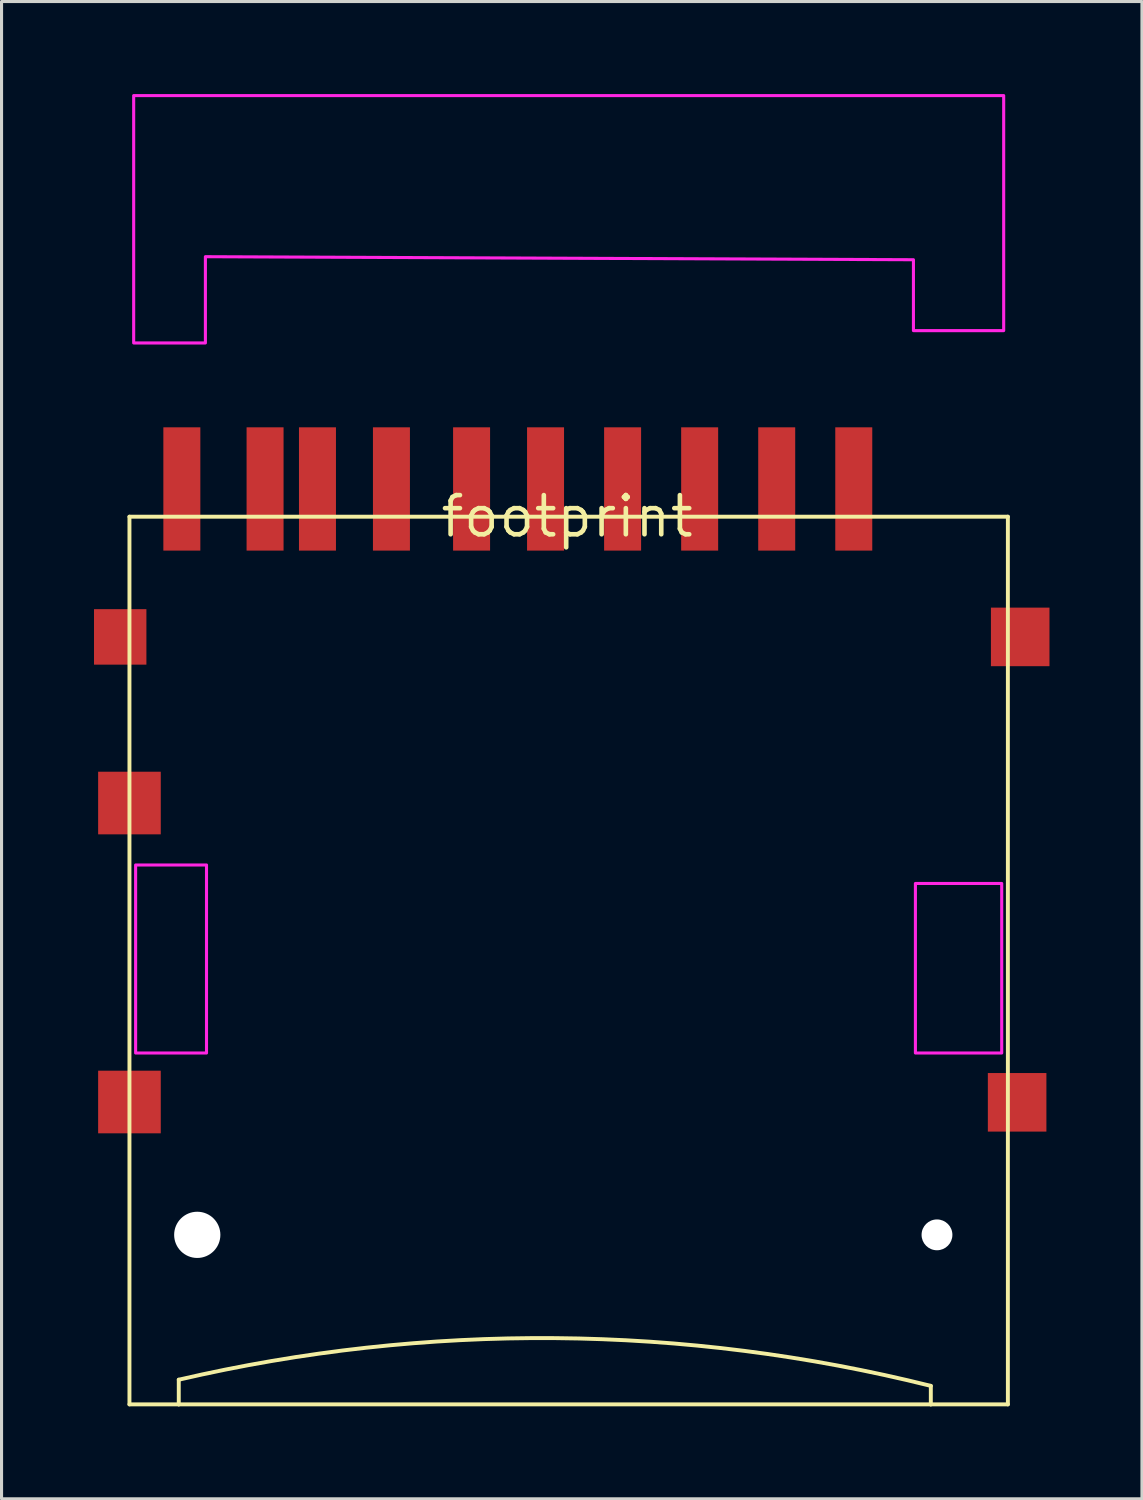
<source format=kicad_pcb>
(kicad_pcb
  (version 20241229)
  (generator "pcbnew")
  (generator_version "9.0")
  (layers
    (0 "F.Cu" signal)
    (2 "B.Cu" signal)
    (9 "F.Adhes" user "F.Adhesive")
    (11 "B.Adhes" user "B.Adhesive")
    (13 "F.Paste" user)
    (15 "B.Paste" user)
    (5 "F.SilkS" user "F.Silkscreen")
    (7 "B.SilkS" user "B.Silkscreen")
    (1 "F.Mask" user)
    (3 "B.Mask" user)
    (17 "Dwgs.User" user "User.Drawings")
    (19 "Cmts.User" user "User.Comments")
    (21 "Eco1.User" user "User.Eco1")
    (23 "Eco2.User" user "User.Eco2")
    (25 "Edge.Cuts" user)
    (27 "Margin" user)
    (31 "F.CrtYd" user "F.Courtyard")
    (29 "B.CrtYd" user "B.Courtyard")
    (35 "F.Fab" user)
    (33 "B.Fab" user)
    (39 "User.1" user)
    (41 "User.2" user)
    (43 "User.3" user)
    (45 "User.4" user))
  (footprint "footprint"
    (layer "F.Cu")
    (at 15.35 13.704)
    (property "Reference" "footprint" (at 0 0 0) (layer "F.SilkS") (effects (font (size 1.27 1.27) (thickness 0.15))))
    (fp_line (start -14.2 0.01) (end 14.3 0.01) (stroke (width 0.127) (type solid)) (layer "F.SilkS"))
    (fp_line (start -14.2 28.81) (end -14.2 0.01) (stroke (width 0.127) (type solid)) (layer "F.SilkS"))
    (fp_line (start -12.6 28.01) (end -12.6 28.81) (stroke (width 0.127) (type solid)) (layer "F.SilkS"))
    (fp_line (start -12.6 28.81) (end -14.2 28.81) (stroke (width 0.127) (type solid)) (layer "F.SilkS"))
    (fp_line (start 11.8 28.21) (end 11.8 28.81) (stroke (width 0.127) (type solid)) (layer "F.SilkS"))
    (fp_line (start 11.8 28.81) (end -12.6 28.81) (stroke (width 0.127) (type solid)) (layer "F.SilkS"))
    (fp_line (start 14.3 0.01) (end 14.3 28.81) (stroke (width 0.127) (type solid)) (layer "F.SilkS"))
    (fp_line (start 14.3 28.81) (end 11.8 28.81) (stroke (width 0.127) (type solid)) (layer "F.SilkS"))
    (fp_arc (start -12.6 28.01) (mid -0.388122 26.660859) (end 11.8 28.209999) (stroke (width 0.127) (type solid)) (layer "F.SilkS"))
    (fp_poly (pts (xy -14 17.41) (xy -11.7 17.41) (xy -11.7 11.31) (xy -14 11.31)) (stroke (width 0.1) (type solid)) (fill no) (layer "F.CrtYd"))
    (fp_poly (pts (xy 11.3 17.41) (xy 14.1 17.41) (xy 14.1 11.91) (xy 11.3 11.91)) (stroke (width 0.1) (type solid)) (fill no) (layer "F.CrtYd"))
    (fp_poly (pts (xy 14.164 -6.027) (xy 11.236 -6.027) (xy 11.236 -8.327) (xy -11.736 -8.426) (xy -11.736 -5.627) (xy -14.063 -5.627) (xy -14.063 -13.653) (xy 14.164 -13.653)) (stroke (width 0.1) (type solid)) (fill no) (layer "F.CrtYd"))
    (pad "" np_thru_hole circle (at -12 23.31) (size 1.5 1.5) (drill 1.5) (layers "*.Cu" "*.Mask"))
    (pad "" np_thru_hole circle (at 12 23.31) (size 1 1) (drill 1) (layers "*.Cu" "*.Mask"))
    (pad "1" smd rect (at 6.8 -0.89 90) (size 4 1.2) (layers "F.Cu" "F.Mask" "F.Paste"))
    (pad "2" smd rect (at 4.3 -0.89 90) (size 4 1.2) (layers "F.Cu" "F.Mask" "F.Paste"))
    (pad "3" smd rect (at 1.8 -0.89 90) (size 4 1.2) (layers "F.Cu" "F.Mask" "F.Paste"))
    (pad "4" smd rect (at -0.7 -0.89 90) (size 4 1.2) (layers "F.Cu" "F.Mask" "F.Paste"))
    (pad "5" smd rect (at -3.1 -0.89 90) (size 4 1.2) (layers "F.Cu" "F.Mask" "F.Paste"))
    (pad "6" smd rect (at -5.7 -0.89 90) (size 4 1.2) (layers "F.Cu" "F.Mask" "F.Paste"))
    (pad "7" smd rect (at -8.1 -0.89 90) (size 4 1.2) (layers "F.Cu" "F.Mask" "F.Paste"))
    (pad "8" smd rect (at -9.8 -0.89 90) (size 4 1.2) (layers "F.Cu" "F.Mask" "F.Paste"))
    (pad "9" smd rect (at 9.3 -0.89 90) (size 4 1.2) (layers "F.Cu" "F.Mask" "F.Paste"))
    (pad "CD" smd rect (at -12.5 -0.89 90) (size 4 1.2) (layers "F.Cu" "F.Mask" "F.Paste"))
    (pad "COM" smd rect (at -14.2 9.3) (size 2.032 2.032) (layers "F.Cu" "F.Mask" "F.Paste"))
    (pad "MT1" smd rect (at -14.5 3.91) (size 1.7 1.8) (layers "F.Cu" "F.Mask" "F.Paste"))
    (pad "MT2" smd rect (at 14.7 3.91) (size 1.9 1.9) (layers "F.Cu" "F.Mask" "F.Paste"))
    (pad "MT3" smd rect (at 14.6 19.01) (size 1.9 1.9) (layers "F.Cu" "F.Mask" "F.Paste"))
    (pad "WP" smd rect (at -14.2 19) (size 2.032 2.032) (layers "F.Cu" "F.Mask" "F.Paste")))
  (gr_rect
    (start -3 -3)
    (end 34 45.577)
    (stroke (width 0.1) (type default))
    (fill no)
    (layer "Edge.Cuts")))
</source>
